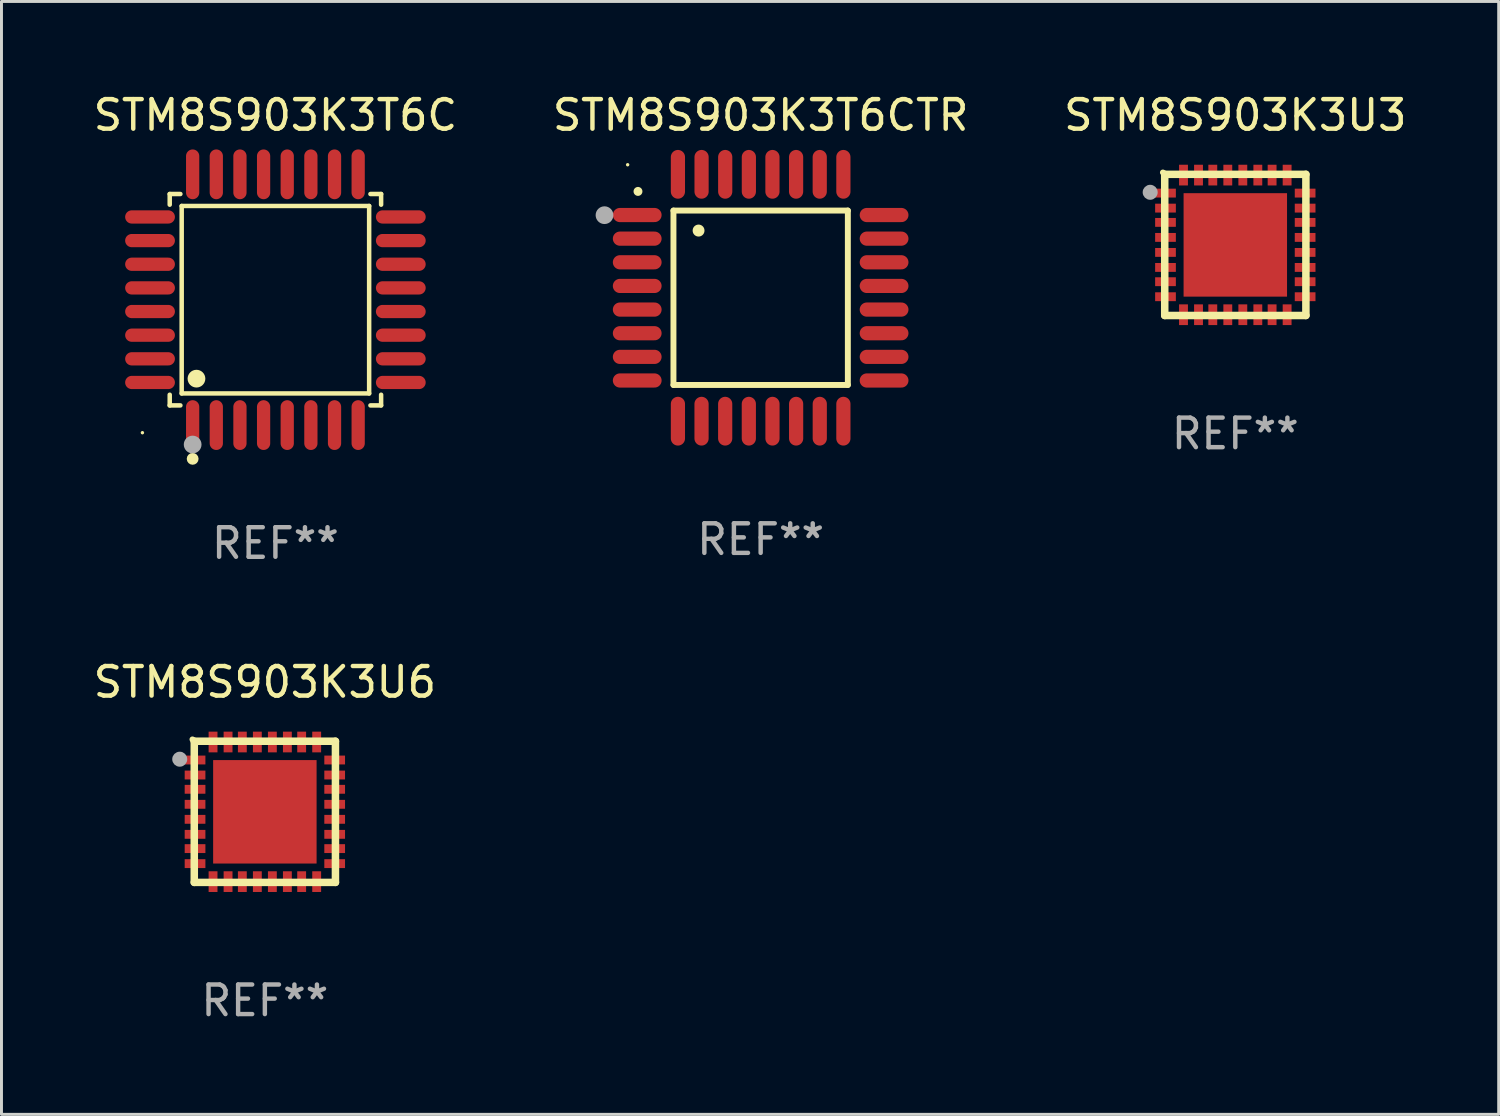
<source format=kicad_pcb>
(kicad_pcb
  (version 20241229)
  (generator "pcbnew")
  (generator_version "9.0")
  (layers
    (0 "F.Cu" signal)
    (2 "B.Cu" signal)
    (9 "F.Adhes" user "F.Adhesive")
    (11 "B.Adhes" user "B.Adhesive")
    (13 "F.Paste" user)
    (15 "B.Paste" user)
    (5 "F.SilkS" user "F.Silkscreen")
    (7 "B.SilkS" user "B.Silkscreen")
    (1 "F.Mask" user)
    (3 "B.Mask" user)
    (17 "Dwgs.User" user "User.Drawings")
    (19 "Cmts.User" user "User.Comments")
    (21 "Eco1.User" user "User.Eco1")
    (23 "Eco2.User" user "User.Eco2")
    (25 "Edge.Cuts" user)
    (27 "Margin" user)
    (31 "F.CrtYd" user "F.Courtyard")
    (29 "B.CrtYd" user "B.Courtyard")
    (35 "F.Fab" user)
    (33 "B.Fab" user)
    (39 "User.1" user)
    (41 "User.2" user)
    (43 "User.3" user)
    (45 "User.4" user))
  (footprint "STM8S903K3T6CTR"
    (layer "F.Cu")
    (at 22.685 7.024)
    (property "Reference" "STM8S903K3T6CTR" (at 0 -6.176 0) (layer "F.SilkS") (effects (font (size 1 1) (thickness 0.15))))
    (attr through_hole)
    (fp_line (start -2.95 -2.95) (end -2.95 2.95) (stroke (width 0.2) (type solid)) (layer "F.SilkS"))
    (fp_line (start -2.95 2.95) (end 2.95 2.95) (stroke (width 0.2) (type solid)) (layer "F.SilkS"))
    (fp_line (start 2.95 -2.95) (end -2.95 -2.95) (stroke (width 0.2) (type solid)) (layer "F.SilkS"))
    (fp_line (start 2.95 2.95) (end 2.95 -2.95) (stroke (width 0.2) (type solid)) (layer "F.SilkS"))
    (fp_arc (start -4.150178 -3.596622) (mid -4.150183 -3.597892) (end -4.150178 -3.599162) (stroke (width 0.3) (type solid)) (layer "F.SilkS"))
    (fp_arc (start -2.100394 -2.270739) (mid -2.10041 -2.273279) (end -2.100394 -2.275819) (stroke (width 0.4) (type solid)) (layer "F.SilkS"))
    (fp_circle (center -4.5 -4.5) (end -4.47 -4.5) (stroke (width 0.06) (type solid)) (fill no) (layer "F.SilkS"))
    (fp_circle (center -5.283 -2.794) (end -5.133 -2.794) (stroke (width 0.3) (type solid)) (fill no) (layer "F.Fab"))
    (fp_text user "REF**" (at 0 8.176 0) (layer "F.Fab") (effects (font (size 1 1) (thickness 0.15))))
    (pad "1" smd oval (at -4.176 -2.799 90) (size 0.48 1.65) (layers "F.Cu" "F.Mask" "F.Paste"))
    (pad "2" smd oval (at -4.176 -2 90) (size 0.48 1.65) (layers "F.Cu" "F.Mask" "F.Paste"))
    (pad "3" smd oval (at -4.176 -1.2 90) (size 0.48 1.65) (layers "F.Cu" "F.Mask" "F.Paste"))
    (pad "4" smd oval (at -4.176 -0.4 90) (size 0.48 1.65) (layers "F.Cu" "F.Mask" "F.Paste"))
    (pad "5" smd oval (at -4.176 0.4 90) (size 0.48 1.65) (layers "F.Cu" "F.Mask" "F.Paste"))
    (pad "6" smd oval (at -4.176 1.2 90) (size 0.48 1.65) (layers "F.Cu" "F.Mask" "F.Paste"))
    (pad "7" smd oval (at -4.176 2 90) (size 0.48 1.65) (layers "F.Cu" "F.Mask" "F.Paste"))
    (pad "8" smd oval (at -4.176 2.799 90) (size 0.48 1.65) (layers "F.Cu" "F.Mask" "F.Paste"))
    (pad "9" smd oval (at -2.799 4.176) (size 0.48 1.65) (layers "F.Cu" "F.Mask" "F.Paste"))
    (pad "10" smd oval (at -2 4.176) (size 0.48 1.65) (layers "F.Cu" "F.Mask" "F.Paste"))
    (pad "11" smd oval (at -1.2 4.176) (size 0.48 1.65) (layers "F.Cu" "F.Mask" "F.Paste"))
    (pad "12" smd oval (at -0.4 4.176) (size 0.48 1.65) (layers "F.Cu" "F.Mask" "F.Paste"))
    (pad "13" smd oval (at 0.4 4.176) (size 0.48 1.65) (layers "F.Cu" "F.Mask" "F.Paste"))
    (pad "14" smd oval (at 1.2 4.176) (size 0.48 1.65) (layers "F.Cu" "F.Mask" "F.Paste"))
    (pad "15" smd oval (at 2 4.176) (size 0.48 1.65) (layers "F.Cu" "F.Mask" "F.Paste"))
    (pad "16" smd oval (at 2.799 4.176) (size 0.48 1.65) (layers "F.Cu" "F.Mask" "F.Paste"))
    (pad "17" smd oval (at 4.176 2.799 90) (size 0.48 1.65) (layers "F.Cu" "F.Mask" "F.Paste"))
    (pad "18" smd oval (at 4.176 2 90) (size 0.48 1.65) (layers "F.Cu" "F.Mask" "F.Paste"))
    (pad "19" smd oval (at 4.176 1.2 90) (size 0.48 1.65) (layers "F.Cu" "F.Mask" "F.Paste"))
    (pad "20" smd oval (at 4.176 0.4 90) (size 0.48 1.65) (layers "F.Cu" "F.Mask" "F.Paste"))
    (pad "21" smd oval (at 4.176 -0.4 90) (size 0.48 1.65) (layers "F.Cu" "F.Mask" "F.Paste"))
    (pad "22" smd oval (at 4.176 -1.2 90) (size 0.48 1.65) (layers "F.Cu" "F.Mask" "F.Paste"))
    (pad "23" smd oval (at 4.176 -2 90) (size 0.48 1.65) (layers "F.Cu" "F.Mask" "F.Paste"))
    (pad "24" smd oval (at 4.176 -2.799 90) (size 0.48 1.65) (layers "F.Cu" "F.Mask" "F.Paste"))
    (pad "25" smd oval (at 2.799 -4.176) (size 0.48 1.65) (layers "F.Cu" "F.Mask" "F.Paste"))
    (pad "26" smd oval (at 1.999 -4.176) (size 0.48 1.65) (layers "F.Cu" "F.Mask" "F.Paste"))
    (pad "27" smd oval (at 1.199 -4.176) (size 0.48 1.65) (layers "F.Cu" "F.Mask" "F.Paste"))
    (pad "28" smd oval (at 0.399 -4.176) (size 0.48 1.65) (layers "F.Cu" "F.Mask" "F.Paste"))
    (pad "29" smd oval (at -0.399 -4.176) (size 0.48 1.65) (layers "F.Cu" "F.Mask" "F.Paste"))
    (pad "30" smd oval (at -1.199 -4.176) (size 0.48 1.65) (layers "F.Cu" "F.Mask" "F.Paste"))
    (pad "31" smd oval (at -1.999 -4.176) (size 0.48 1.65) (layers "F.Cu" "F.Mask" "F.Paste"))
    (pad "32" smd oval (at -2.799 -4.176) (size 0.48 1.65) (layers "F.Cu" "F.Mask" "F.Paste")))
  (footprint "STM8S903K3U3"
    (layer "F.Cu")
    (at 38.744 5.236)
    (property "Reference" "STM8S903K3U3" (at 0 -4.388 0) (layer "F.SilkS") (effects (font (size 1 1) (thickness 0.15))))
    (attr through_hole)
    (fp_line (start -2.388 -2.388) (end 2.388 -2.388) (stroke (width 0.254) (type solid)) (layer "F.SilkS"))
    (fp_line (start -2.388 2.388) (end -2.388 -2.388) (stroke (width 0.254) (type solid)) (layer "F.SilkS"))
    (fp_line (start 2.388 -2.388) (end 2.388 2.388) (stroke (width 0.254) (type solid)) (layer "F.SilkS"))
    (fp_line (start 2.388 2.388) (end -2.388 2.388) (stroke (width 0.254) (type solid)) (layer "F.SilkS"))
    (fp_circle (center -2.45 -2.45) (end -2.4 -2.45) (stroke (width 0.1) (type solid)) (fill no) (layer "F.SilkS"))
    (fp_circle (center -2.88 -1.78) (end -2.753 -1.78) (stroke (width 0.254) (type solid)) (fill no) (layer "F.Fab"))
    (fp_text user "REF**" (at 0 6.388 0) (layer "F.Fab") (effects (font (size 1 1) (thickness 0.15))))
    (pad "1" smd rect (at -2.362 -1.753) (size 0.701 0.3) (layers "F.Cu" "F.Mask" "F.Paste"))
    (pad "2" smd rect (at -2.362 -1.245) (size 0.701 0.3) (layers "F.Cu" "F.Mask" "F.Paste"))
    (pad "3" smd rect (at -2.362 -0.762) (size 0.701 0.3) (layers "F.Cu" "F.Mask" "F.Paste"))
    (pad "4" smd rect (at -2.362 -0.254) (size 0.701 0.3) (layers "F.Cu" "F.Mask" "F.Paste"))
    (pad "5" smd rect (at -2.362 0.254) (size 0.701 0.3) (layers "F.Cu" "F.Mask" "F.Paste"))
    (pad "6" smd rect (at -2.362 0.762) (size 0.701 0.3) (layers "F.Cu" "F.Mask" "F.Paste"))
    (pad "7" smd rect (at -2.362 1.245) (size 0.701 0.3) (layers "F.Cu" "F.Mask" "F.Paste"))
    (pad "8" smd rect (at -2.362 1.753) (size 0.701 0.3) (layers "F.Cu" "F.Mask" "F.Paste"))
    (pad "9" smd rect (at -1.753 2.362 90) (size 0.701 0.3) (layers "F.Cu" "F.Mask" "F.Paste"))
    (pad "10" smd rect (at -1.245 2.362 90) (size 0.701 0.3) (layers "F.Cu" "F.Mask" "F.Paste"))
    (pad "11" smd rect (at -0.762 2.362 90) (size 0.701 0.3) (layers "F.Cu" "F.Mask" "F.Paste"))
    (pad "12" smd rect (at -0.254 2.362 90) (size 0.701 0.3) (layers "F.Cu" "F.Mask" "F.Paste"))
    (pad "13" smd rect (at 0.254 2.362 90) (size 0.701 0.3) (layers "F.Cu" "F.Mask" "F.Paste"))
    (pad "14" smd rect (at 0.762 2.362 90) (size 0.701 0.3) (layers "F.Cu" "F.Mask" "F.Paste"))
    (pad "15" smd rect (at 1.245 2.362 90) (size 0.701 0.3) (layers "F.Cu" "F.Mask" "F.Paste"))
    (pad "16" smd rect (at 1.753 2.362 90) (size 0.701 0.3) (layers "F.Cu" "F.Mask" "F.Paste"))
    (pad "17" smd rect (at 2.362 1.753 180) (size 0.701 0.3) (layers "F.Cu" "F.Mask" "F.Paste"))
    (pad "18" smd rect (at 2.362 1.245 180) (size 0.701 0.3) (layers "F.Cu" "F.Mask" "F.Paste"))
    (pad "19" smd rect (at 2.362 0.762 180) (size 0.701 0.3) (layers "F.Cu" "F.Mask" "F.Paste"))
    (pad "20" smd rect (at 2.362 0.254 180) (size 0.701 0.3) (layers "F.Cu" "F.Mask" "F.Paste"))
    (pad "21" smd rect (at 2.362 -0.254 180) (size 0.701 0.3) (layers "F.Cu" "F.Mask" "F.Paste"))
    (pad "22" smd rect (at 2.362 -0.762 180) (size 0.701 0.3) (layers "F.Cu" "F.Mask" "F.Paste"))
    (pad "23" smd rect (at 2.362 -1.245 180) (size 0.701 0.3) (layers "F.Cu" "F.Mask" "F.Paste"))
    (pad "24" smd rect (at 2.362 -1.753 180) (size 0.701 0.3) (layers "F.Cu" "F.Mask" "F.Paste"))
    (pad "25" smd rect (at 1.753 -2.362 270) (size 0.701 0.3) (layers "F.Cu" "F.Mask" "F.Paste"))
    (pad "26" smd rect (at 1.245 -2.362 270) (size 0.701 0.3) (layers "F.Cu" "F.Mask" "F.Paste"))
    (pad "27" smd rect (at 0.762 -2.362 270) (size 0.701 0.3) (layers "F.Cu" "F.Mask" "F.Paste"))
    (pad "28" smd rect (at 0.254 -2.362 270) (size 0.701 0.3) (layers "F.Cu" "F.Mask" "F.Paste"))
    (pad "29" smd rect (at -0.254 -2.362 270) (size 0.701 0.3) (layers "F.Cu" "F.Mask" "F.Paste"))
    (pad "30" smd rect (at -0.762 -2.362 270) (size 0.701 0.3) (layers "F.Cu" "F.Mask" "F.Paste"))
    (pad "31" smd rect (at -1.245 -2.362 270) (size 0.701 0.3) (layers "F.Cu" "F.Mask" "F.Paste"))
    (pad "32" smd rect (at -1.753 -2.362 270) (size 0.701 0.3) (layers "F.Cu" "F.Mask" "F.Paste"))
    (pad "EXP" smd rect (at 0 0) (size 3.5 3.5) (layers "F.Cu" "F.Mask" "F.Paste")))
  (footprint "STM8S903K3U6"
    (layer "F.Cu")
    (at 5.911 24.416)
    (property "Reference" "STM8S903K3U6" (at 0 -4.388 0) (layer "F.SilkS") (effects (font (size 1 1) (thickness 0.15))))
    (attr through_hole)
    (fp_line (start -2.388 -2.388) (end 2.388 -2.388) (stroke (width 0.254) (type solid)) (layer "F.SilkS"))
    (fp_line (start -2.388 2.388) (end -2.388 -2.388) (stroke (width 0.254) (type solid)) (layer "F.SilkS"))
    (fp_line (start 2.388 -2.388) (end 2.388 2.388) (stroke (width 0.254) (type solid)) (layer "F.SilkS"))
    (fp_line (start 2.388 2.388) (end -2.388 2.388) (stroke (width 0.254) (type solid)) (layer "F.SilkS"))
    (fp_circle (center -2.45 -2.45) (end -2.4 -2.45) (stroke (width 0.1) (type solid)) (fill no) (layer "F.SilkS"))
    (fp_circle (center -2.88 -1.78) (end -2.753 -1.78) (stroke (width 0.254) (type solid)) (fill no) (layer "F.Fab"))
    (fp_text user "REF**" (at 0 6.388 0) (layer "F.Fab") (effects (font (size 1 1) (thickness 0.15))))
    (pad "1" smd rect (at -2.362 -1.753) (size 0.701 0.3) (layers "F.Cu" "F.Mask" "F.Paste"))
    (pad "2" smd rect (at -2.362 -1.245) (size 0.701 0.3) (layers "F.Cu" "F.Mask" "F.Paste"))
    (pad "3" smd rect (at -2.362 -0.762) (size 0.701 0.3) (layers "F.Cu" "F.Mask" "F.Paste"))
    (pad "4" smd rect (at -2.362 -0.254) (size 0.701 0.3) (layers "F.Cu" "F.Mask" "F.Paste"))
    (pad "5" smd rect (at -2.362 0.254) (size 0.701 0.3) (layers "F.Cu" "F.Mask" "F.Paste"))
    (pad "6" smd rect (at -2.362 0.762) (size 0.701 0.3) (layers "F.Cu" "F.Mask" "F.Paste"))
    (pad "7" smd rect (at -2.362 1.245) (size 0.701 0.3) (layers "F.Cu" "F.Mask" "F.Paste"))
    (pad "8" smd rect (at -2.362 1.753) (size 0.701 0.3) (layers "F.Cu" "F.Mask" "F.Paste"))
    (pad "9" smd rect (at -1.753 2.362 90) (size 0.701 0.3) (layers "F.Cu" "F.Mask" "F.Paste"))
    (pad "10" smd rect (at -1.245 2.362 90) (size 0.701 0.3) (layers "F.Cu" "F.Mask" "F.Paste"))
    (pad "11" smd rect (at -0.762 2.362 90) (size 0.701 0.3) (layers "F.Cu" "F.Mask" "F.Paste"))
    (pad "12" smd rect (at -0.254 2.362 90) (size 0.701 0.3) (layers "F.Cu" "F.Mask" "F.Paste"))
    (pad "13" smd rect (at 0.254 2.362 90) (size 0.701 0.3) (layers "F.Cu" "F.Mask" "F.Paste"))
    (pad "14" smd rect (at 0.762 2.362 90) (size 0.701 0.3) (layers "F.Cu" "F.Mask" "F.Paste"))
    (pad "15" smd rect (at 1.245 2.362 90) (size 0.701 0.3) (layers "F.Cu" "F.Mask" "F.Paste"))
    (pad "16" smd rect (at 1.753 2.362 90) (size 0.701 0.3) (layers "F.Cu" "F.Mask" "F.Paste"))
    (pad "17" smd rect (at 2.362 1.753 180) (size 0.701 0.3) (layers "F.Cu" "F.Mask" "F.Paste"))
    (pad "18" smd rect (at 2.362 1.245 180) (size 0.701 0.3) (layers "F.Cu" "F.Mask" "F.Paste"))
    (pad "19" smd rect (at 2.362 0.762 180) (size 0.701 0.3) (layers "F.Cu" "F.Mask" "F.Paste"))
    (pad "20" smd rect (at 2.362 0.254 180) (size 0.701 0.3) (layers "F.Cu" "F.Mask" "F.Paste"))
    (pad "21" smd rect (at 2.362 -0.254 180) (size 0.701 0.3) (layers "F.Cu" "F.Mask" "F.Paste"))
    (pad "22" smd rect (at 2.362 -0.762 180) (size 0.701 0.3) (layers "F.Cu" "F.Mask" "F.Paste"))
    (pad "23" smd rect (at 2.362 -1.245 180) (size 0.701 0.3) (layers "F.Cu" "F.Mask" "F.Paste"))
    (pad "24" smd rect (at 2.362 -1.753 180) (size 0.701 0.3) (layers "F.Cu" "F.Mask" "F.Paste"))
    (pad "25" smd rect (at 1.753 -2.362 270) (size 0.701 0.3) (layers "F.Cu" "F.Mask" "F.Paste"))
    (pad "26" smd rect (at 1.245 -2.362 270) (size 0.701 0.3) (layers "F.Cu" "F.Mask" "F.Paste"))
    (pad "27" smd rect (at 0.762 -2.362 270) (size 0.701 0.3) (layers "F.Cu" "F.Mask" "F.Paste"))
    (pad "28" smd rect (at 0.254 -2.362 270) (size 0.701 0.3) (layers "F.Cu" "F.Mask" "F.Paste"))
    (pad "29" smd rect (at -0.254 -2.362 270) (size 0.701 0.3) (layers "F.Cu" "F.Mask" "F.Paste"))
    (pad "30" smd rect (at -0.762 -2.362 270) (size 0.701 0.3) (layers "F.Cu" "F.Mask" "F.Paste"))
    (pad "31" smd rect (at -1.245 -2.362 270) (size 0.701 0.3) (layers "F.Cu" "F.Mask" "F.Paste"))
    (pad "32" smd rect (at -1.753 -2.362 270) (size 0.701 0.3) (layers "F.Cu" "F.Mask" "F.Paste"))
    (pad "EXP" smd rect (at 0 0) (size 3.5 3.5) (layers "F.Cu" "F.Mask" "F.Paste")))
  (footprint "STM8S903K3T6C"
    (layer "F.Cu")
    (at 6.268 7.09)
    (property "Reference" "STM8S903K3T6C" (at 0 -6.242 0) (layer "F.SilkS") (effects (font (size 1 1) (thickness 0.15))))
    (attr through_hole)
    (fp_line (start -3.576 -3.576) (end -3.215 -3.576) (stroke (width 0.152) (type solid)) (layer "F.SilkS"))
    (fp_line (start -3.576 -3.215) (end -3.576 -3.576) (stroke (width 0.152) (type solid)) (layer "F.SilkS"))
    (fp_line (start -3.576 3.215) (end -3.576 3.576) (stroke (width 0.152) (type solid)) (layer "F.SilkS"))
    (fp_line (start -3.576 3.576) (end -3.215 3.576) (stroke (width 0.152) (type solid)) (layer "F.SilkS"))
    (fp_line (start -3.171 -3.171) (end 3.171 -3.171) (stroke (width 0.152) (type solid)) (layer "F.SilkS"))
    (fp_line (start -3.171 3.171) (end -3.171 -3.171) (stroke (width 0.152) (type solid)) (layer "F.SilkS"))
    (fp_line (start 3.171 -3.171) (end 3.171 3.171) (stroke (width 0.152) (type solid)) (layer "F.SilkS"))
    (fp_line (start 3.171 3.171) (end -3.171 3.171) (stroke (width 0.152) (type solid)) (layer "F.SilkS"))
    (fp_line (start 3.576 -3.576) (end 3.215 -3.576) (stroke (width 0.152) (type solid)) (layer "F.SilkS"))
    (fp_line (start 3.576 -3.215) (end 3.576 -3.576) (stroke (width 0.152) (type solid)) (layer "F.SilkS"))
    (fp_line (start 3.576 3.215) (end 3.576 3.576) (stroke (width 0.152) (type solid)) (layer "F.SilkS"))
    (fp_line (start 3.576 3.576) (end 3.215 3.576) (stroke (width 0.152) (type solid)) (layer "F.SilkS"))
    (fp_circle (center -4.5 4.5) (end -4.47 4.5) (stroke (width 0.06) (type solid)) (fill no) (layer "F.SilkS"))
    (fp_circle (center -2.8 5.384) (end -2.7 5.384) (stroke (width 0.2) (type solid)) (fill no) (layer "F.SilkS"))
    (fp_circle (center -2.671 2.671) (end -2.521 2.671) (stroke (width 0.3) (type solid)) (fill no) (layer "F.SilkS"))
    (fp_circle (center -2.8 4.9) (end -2.65 4.9) (stroke (width 0.3) (type solid)) (fill no) (layer "F.Fab"))
    (fp_text user "REF**" (at 0 8.242 0) (layer "F.Fab") (effects (font (size 1 1) (thickness 0.15))))
    (pad "1" smd oval (at -2.8 4.242) (size 0.448 1.684) (layers "F.Cu" "F.Mask" "F.Paste"))
    (pad "2" smd oval (at -2 4.242) (size 0.448 1.684) (layers "F.Cu" "F.Mask" "F.Paste"))
    (pad "3" smd oval (at -1.2 4.242) (size 0.448 1.684) (layers "F.Cu" "F.Mask" "F.Paste"))
    (pad "4" smd oval (at -0.4 4.242) (size 0.448 1.684) (layers "F.Cu" "F.Mask" "F.Paste"))
    (pad "5" smd oval (at 0.4 4.242) (size 0.448 1.684) (layers "F.Cu" "F.Mask" "F.Paste"))
    (pad "6" smd oval (at 1.2 4.242) (size 0.448 1.684) (layers "F.Cu" "F.Mask" "F.Paste"))
    (pad "7" smd oval (at 2 4.242) (size 0.448 1.684) (layers "F.Cu" "F.Mask" "F.Paste"))
    (pad "8" smd oval (at 2.8 4.242) (size 0.448 1.684) (layers "F.Cu" "F.Mask" "F.Paste"))
    (pad "9" smd oval (at 4.242 2.8) (size 1.684 0.448) (layers "F.Cu" "F.Mask" "F.Paste"))
    (pad "10" smd oval (at 4.242 2) (size 1.684 0.448) (layers "F.Cu" "F.Mask" "F.Paste"))
    (pad "11" smd oval (at 4.242 1.2) (size 1.684 0.448) (layers "F.Cu" "F.Mask" "F.Paste"))
    (pad "12" smd oval (at 4.242 0.4) (size 1.684 0.448) (layers "F.Cu" "F.Mask" "F.Paste"))
    (pad "13" smd oval (at 4.242 -0.4) (size 1.684 0.448) (layers "F.Cu" "F.Mask" "F.Paste"))
    (pad "14" smd oval (at 4.242 -1.2) (size 1.684 0.448) (layers "F.Cu" "F.Mask" "F.Paste"))
    (pad "15" smd oval (at 4.242 -2) (size 1.684 0.448) (layers "F.Cu" "F.Mask" "F.Paste"))
    (pad "16" smd oval (at 4.242 -2.8) (size 1.684 0.448) (layers "F.Cu" "F.Mask" "F.Paste"))
    (pad "17" smd oval (at 2.8 -4.242) (size 0.448 1.684) (layers "F.Cu" "F.Mask" "F.Paste"))
    (pad "18" smd oval (at 2 -4.242) (size 0.448 1.684) (layers "F.Cu" "F.Mask" "F.Paste"))
    (pad "19" smd oval (at 1.2 -4.242) (size 0.448 1.684) (layers "F.Cu" "F.Mask" "F.Paste"))
    (pad "20" smd oval (at 0.4 -4.242) (size 0.448 1.684) (layers "F.Cu" "F.Mask" "F.Paste"))
    (pad "21" smd oval (at -0.4 -4.242) (size 0.448 1.684) (layers "F.Cu" "F.Mask" "F.Paste"))
    (pad "22" smd oval (at -1.2 -4.242) (size 0.448 1.684) (layers "F.Cu" "F.Mask" "F.Paste"))
    (pad "23" smd oval (at -2 -4.242) (size 0.448 1.684) (layers "F.Cu" "F.Mask" "F.Paste"))
    (pad "24" smd oval (at -2.8 -4.242) (size 0.448 1.684) (layers "F.Cu" "F.Mask" "F.Paste"))
    (pad "25" smd oval (at -4.242 -2.8) (size 1.684 0.448) (layers "F.Cu" "F.Mask" "F.Paste"))
    (pad "26" smd oval (at -4.242 -2) (size 1.684 0.448) (layers "F.Cu" "F.Mask" "F.Paste"))
    (pad "27" smd oval (at -4.242 -1.2) (size 1.684 0.448) (layers "F.Cu" "F.Mask" "F.Paste"))
    (pad "28" smd oval (at -4.242 -0.4) (size 1.684 0.448) (layers "F.Cu" "F.Mask" "F.Paste"))
    (pad "29" smd oval (at -4.242 0.4) (size 1.684 0.448) (layers "F.Cu" "F.Mask" "F.Paste"))
    (pad "30" smd oval (at -4.242 1.2) (size 1.684 0.448) (layers "F.Cu" "F.Mask" "F.Paste"))
    (pad "31" smd oval (at -4.242 2) (size 1.684 0.448) (layers "F.Cu" "F.Mask" "F.Paste"))
    (pad "32" smd oval (at -4.242 2.8) (size 1.684 0.448) (layers "F.Cu" "F.Mask" "F.Paste")))
  (gr_rect
    (start -3 -3)
    (end 47.655 34.652)
    (stroke (width 0.1) (type default))
    (fill no)
    (layer "Edge.Cuts")))
</source>
